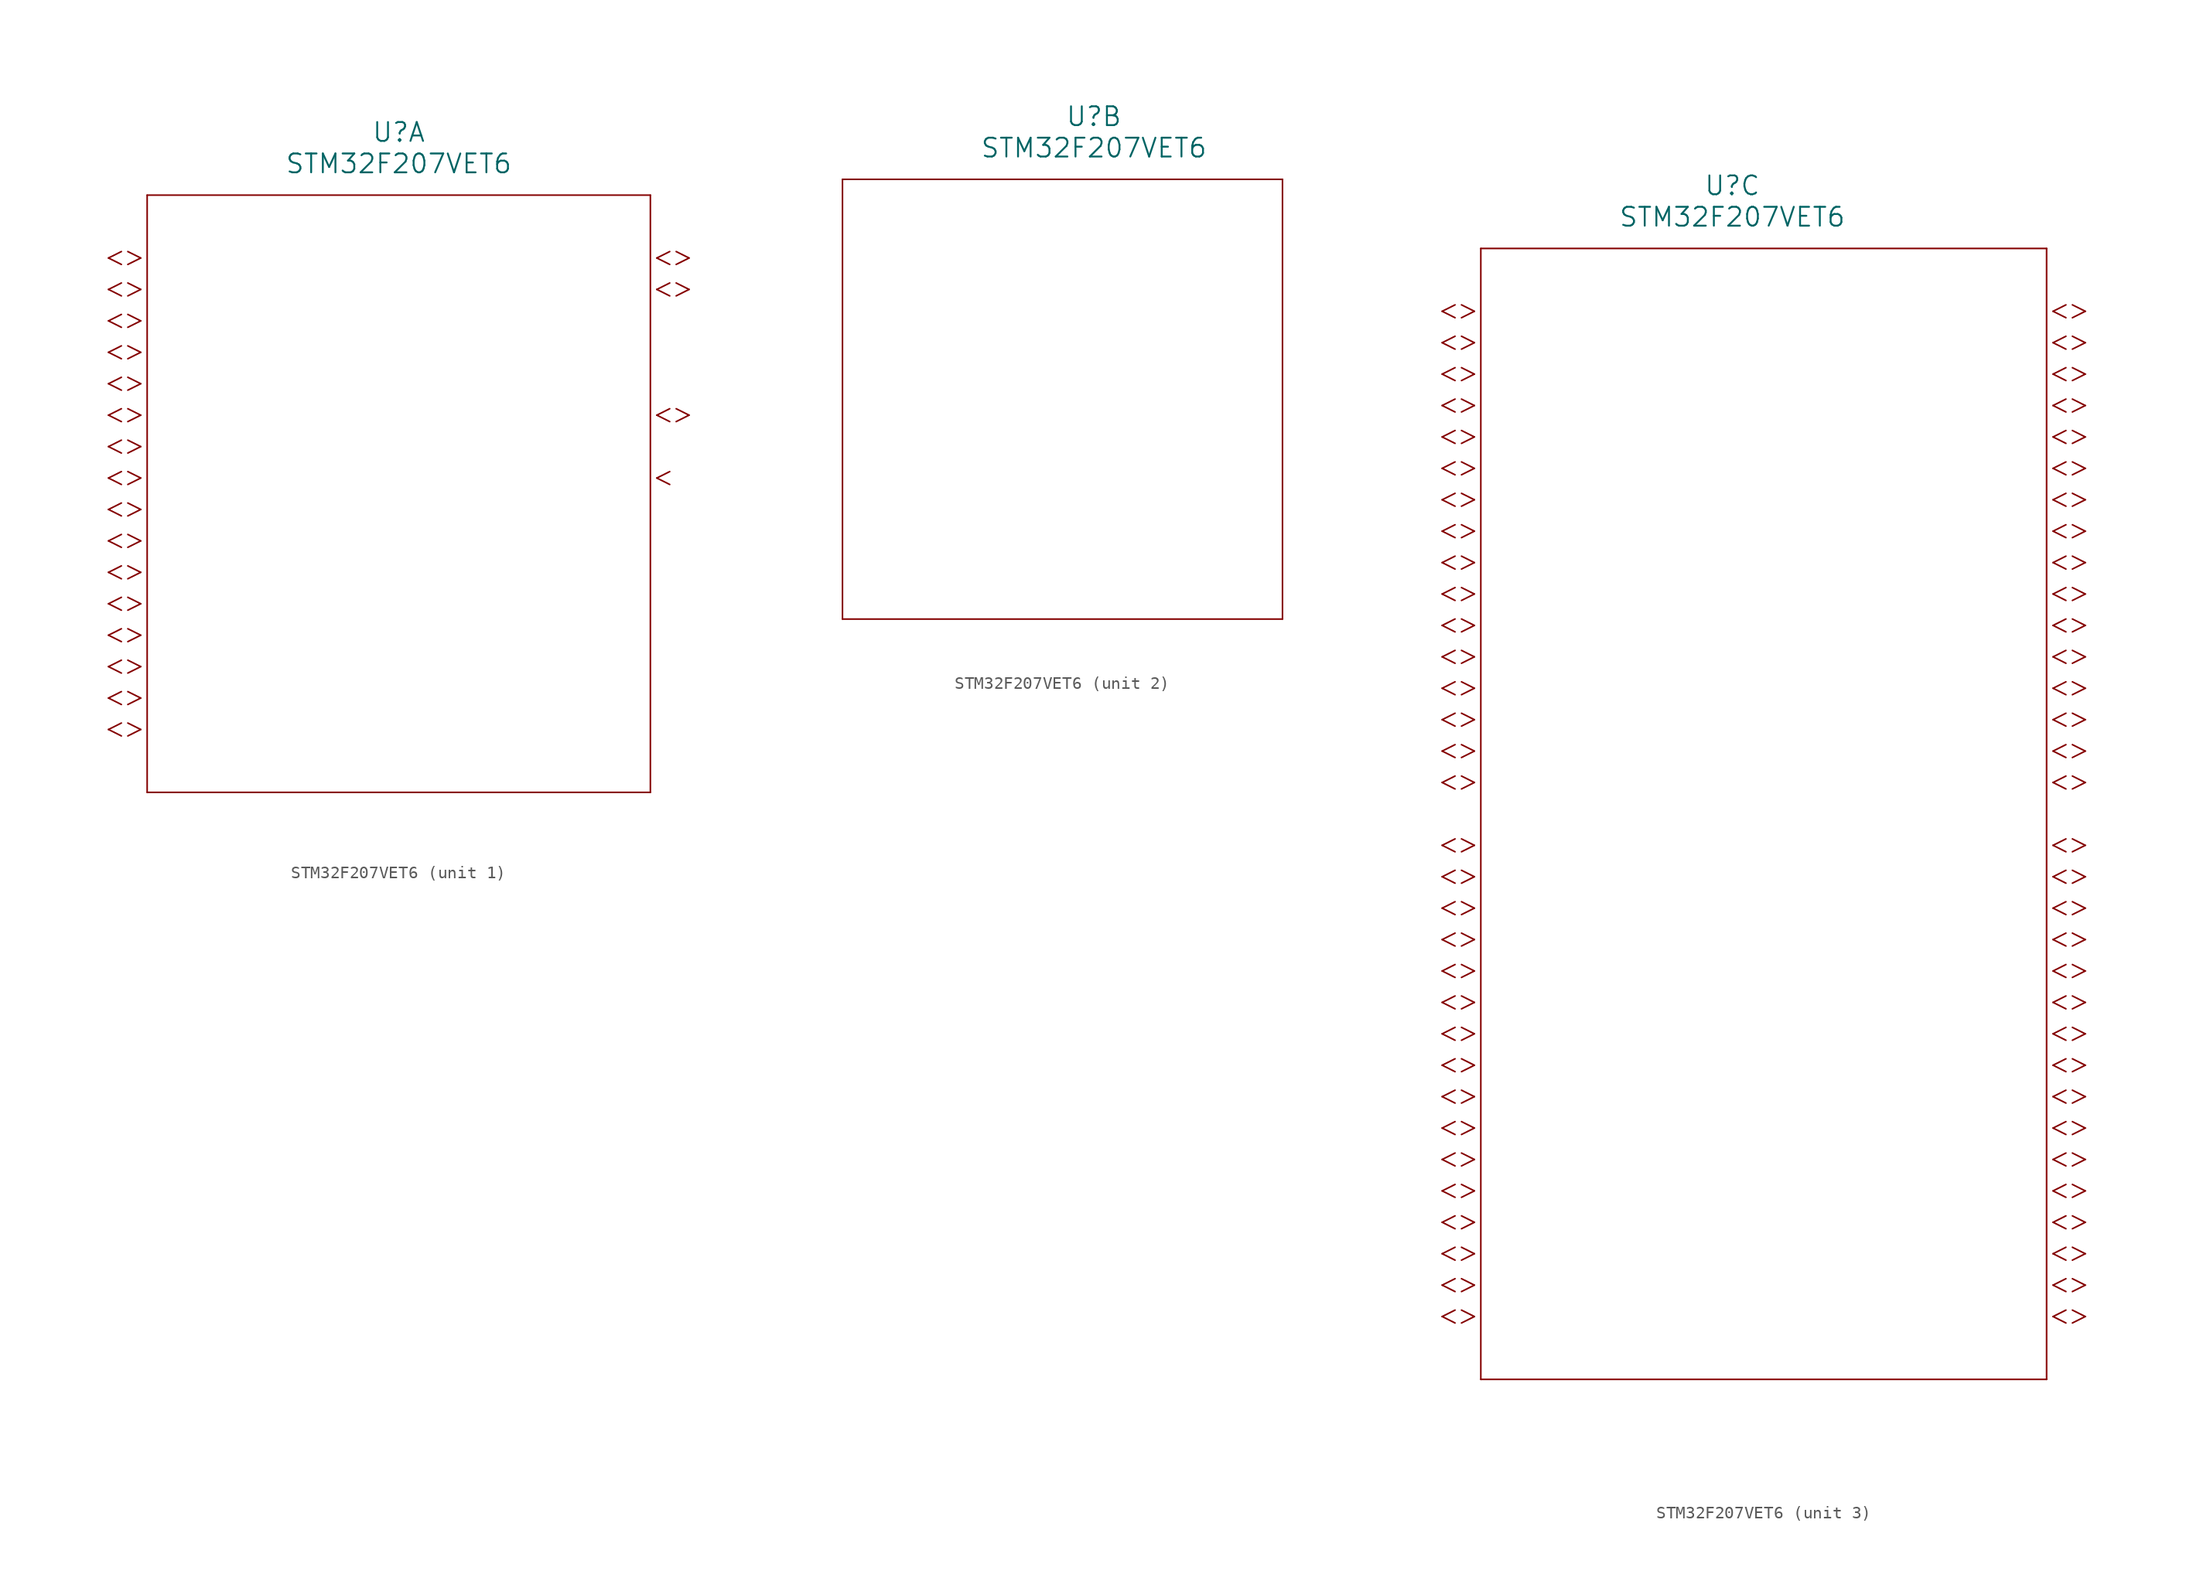
<source format=kicad_sym>
(kicad_symbol_lib
  (version 20211014)
  (generator kicad_symbol_editor)
  (symbol "STM32F207VET6"
    (pin_names
      (offset 0.254))
    (property "Reference" "U"
      (at 27.94 10.16 0)
      (effects (font (size 1.524 1.524))))
    (property "Value" "STM32F207VET6"
      (at 27.94 7.62 0)
      (effects (font (size 1.524 1.524))))
    (symbol "STM32F207VET6_1_1"
      (polyline (pts (xy 7.099 0) (xy 6.058 .5207)) (stroke (width .127) (type default) (color 0 0 0 0)) (fill (type none)))
      (polyline (pts (xy 7.099 0) (xy 6.058 -.5207)) (stroke (width .127) (type default) (color 0 0 0 0)) (fill (type none)))
      (polyline (pts (xy 5.537 .5207) (xy 4.496 0)) (stroke (width .127) (type default) (color 0 0 0 0)) (fill (type none)))
      (polyline (pts (xy 5.537 -.5207) (xy 4.496 0)) (stroke (width .127) (type default) (color 0 0 0 0)) (fill (type none)))
      (polyline (pts (xy 7.099 -2.54) (xy 6.058 -2.019)) (stroke (width .127) (type default) (color 0 0 0 0)) (fill (type none)))
      (polyline (pts (xy 7.099 -2.54) (xy 6.058 -3.061)) (stroke (width .127) (type default) (color 0 0 0 0)) (fill (type none)))
      (polyline (pts (xy 5.537 -2.019) (xy 4.496 -2.54)) (stroke (width .127) (type default) (color 0 0 0 0)) (fill (type none)))
      (polyline (pts (xy 5.537 -3.061) (xy 4.496 -2.54)) (stroke (width .127) (type default) (color 0 0 0 0)) (fill (type none)))
      (polyline (pts (xy 7.099 -5.08) (xy 6.058 -4.559)) (stroke (width .127) (type default) (color 0 0 0 0)) (fill (type none)))
      (polyline (pts (xy 7.099 -5.08) (xy 6.058 -5.601)) (stroke (width .127) (type default) (color 0 0 0 0)) (fill (type none)))
      (polyline (pts (xy 5.537 -4.559) (xy 4.496 -5.08)) (stroke (width .127) (type default) (color 0 0 0 0)) (fill (type none)))
      (polyline (pts (xy 5.537 -5.601) (xy 4.496 -5.08)) (stroke (width .127) (type default) (color 0 0 0 0)) (fill (type none)))
      (polyline (pts (xy 7.099 -7.62) (xy 6.058 -7.099)) (stroke (width .127) (type default) (color 0 0 0 0)) (fill (type none)))
      (polyline (pts (xy 7.099 -7.62) (xy 6.058 -8.141)) (stroke (width .127) (type default) (color 0 0 0 0)) (fill (type none)))
      (polyline (pts (xy 5.537 -7.099) (xy 4.496 -7.62)) (stroke (width .127) (type default) (color 0 0 0 0)) (fill (type none)))
      (polyline (pts (xy 5.537 -8.141) (xy 4.496 -7.62)) (stroke (width .127) (type default) (color 0 0 0 0)) (fill (type none)))
      (polyline (pts (xy 7.099 -10.16) (xy 6.058 -9.639)) (stroke (width .127) (type default) (color 0 0 0 0)) (fill (type none)))
      (polyline (pts (xy 7.099 -10.16) (xy 6.058 -10.681)) (stroke (width .127) (type default) (color 0 0 0 0)) (fill (type none)))
      (polyline (pts (xy 5.537 -9.639) (xy 4.496 -10.16)) (stroke (width .127) (type default) (color 0 0 0 0)) (fill (type none)))
      (polyline (pts (xy 5.537 -10.681) (xy 4.496 -10.16)) (stroke (width .127) (type default) (color 0 0 0 0)) (fill (type none)))
      (polyline (pts (xy 7.099 -12.7) (xy 6.058 -12.179)) (stroke (width .127) (type default) (color 0 0 0 0)) (fill (type none)))
      (polyline (pts (xy 7.099 -12.7) (xy 6.058 -13.221)) (stroke (width .127) (type default) (color 0 0 0 0)) (fill (type none)))
      (polyline (pts (xy 5.537 -12.179) (xy 4.496 -12.7)) (stroke (width .127) (type default) (color 0 0 0 0)) (fill (type none)))
      (polyline (pts (xy 5.537 -13.221) (xy 4.496 -12.7)) (stroke (width .127) (type default) (color 0 0 0 0)) (fill (type none)))
      (polyline (pts (xy 7.099 -15.24) (xy 6.058 -14.719)) (stroke (width .127) (type default) (color 0 0 0 0)) (fill (type none)))
      (polyline (pts (xy 7.099 -15.24) (xy 6.058 -15.761)) (stroke (width .127) (type default) (color 0 0 0 0)) (fill (type none)))
      (polyline (pts (xy 5.537 -14.719) (xy 4.496 -15.24)) (stroke (width .127) (type default) (color 0 0 0 0)) (fill (type none)))
      (polyline (pts (xy 5.537 -15.761) (xy 4.496 -15.24)) (stroke (width .127) (type default) (color 0 0 0 0)) (fill (type none)))
      (polyline (pts (xy 7.099 -17.78) (xy 6.058 -17.259)) (stroke (width .127) (type default) (color 0 0 0 0)) (fill (type none)))
      (polyline (pts (xy 7.099 -17.78) (xy 6.058 -18.301)) (stroke (width .127) (type default) (color 0 0 0 0)) (fill (type none)))
      (polyline (pts (xy 5.537 -17.259) (xy 4.496 -17.78)) (stroke (width .127) (type default) (color 0 0 0 0)) (fill (type none)))
      (polyline (pts (xy 5.537 -18.301) (xy 4.496 -17.78)) (stroke (width .127) (type default) (color 0 0 0 0)) (fill (type none)))
      (polyline (pts (xy 7.099 -20.32) (xy 6.058 -19.799)) (stroke (width .127) (type default) (color 0 0 0 0)) (fill (type none)))
      (polyline (pts (xy 7.099 -20.32) (xy 6.058 -20.841)) (stroke (width .127) (type default) (color 0 0 0 0)) (fill (type none)))
      (polyline (pts (xy 5.537 -19.799) (xy 4.496 -20.32)) (stroke (width .127) (type default) (color 0 0 0 0)) (fill (type none)))
      (polyline (pts (xy 5.537 -20.841) (xy 4.496 -20.32)) (stroke (width .127) (type default) (color 0 0 0 0)) (fill (type none)))
      (polyline (pts (xy 7.099 -22.86) (xy 6.058 -22.339)) (stroke (width .127) (type default) (color 0 0 0 0)) (fill (type none)))
      (polyline (pts (xy 7.099 -22.86) (xy 6.058 -23.381)) (stroke (width .127) (type default) (color 0 0 0 0)) (fill (type none)))
      (polyline (pts (xy 5.537 -22.339) (xy 4.496 -22.86)) (stroke (width .127) (type default) (color 0 0 0 0)) (fill (type none)))
      (polyline (pts (xy 5.537 -23.381) (xy 4.496 -22.86)) (stroke (width .127) (type default) (color 0 0 0 0)) (fill (type none)))
      (polyline (pts (xy 7.099 -25.4) (xy 6.058 -24.879)) (stroke (width .127) (type default) (color 0 0 0 0)) (fill (type none)))
      (polyline (pts (xy 7.099 -25.4) (xy 6.058 -25.921)) (stroke (width .127) (type default) (color 0 0 0 0)) (fill (type none)))
      (polyline (pts (xy 5.537 -24.879) (xy 4.496 -25.4)) (stroke (width .127) (type default) (color 0 0 0 0)) (fill (type none)))
      (polyline (pts (xy 5.537 -25.921) (xy 4.496 -25.4)) (stroke (width .127) (type default) (color 0 0 0 0)) (fill (type none)))
      (polyline (pts (xy 7.099 -27.94) (xy 6.058 -27.419)) (stroke (width .127) (type default) (color 0 0 0 0)) (fill (type none)))
      (polyline (pts (xy 7.099 -27.94) (xy 6.058 -28.461)) (stroke (width .127) (type default) (color 0 0 0 0)) (fill (type none)))
      (polyline (pts (xy 5.537 -27.419) (xy 4.496 -27.94)) (stroke (width .127) (type default) (color 0 0 0 0)) (fill (type none)))
      (polyline (pts (xy 5.537 -28.461) (xy 4.496 -27.94)) (stroke (width .127) (type default) (color 0 0 0 0)) (fill (type none)))
      (polyline (pts (xy 7.099 -30.48) (xy 6.058 -29.959)) (stroke (width .127) (type default) (color 0 0 0 0)) (fill (type none)))
      (polyline (pts (xy 7.099 -30.48) (xy 6.058 -31.001)) (stroke (width .127) (type default) (color 0 0 0 0)) (fill (type none)))
      (polyline (pts (xy 5.537 -29.959) (xy 4.496 -30.48)) (stroke (width .127) (type default) (color 0 0 0 0)) (fill (type none)))
      (polyline (pts (xy 5.537 -31.001) (xy 4.496 -30.48)) (stroke (width .127) (type default) (color 0 0 0 0)) (fill (type none)))
      (polyline (pts (xy 7.099 -33.02) (xy 6.058 -32.499)) (stroke (width .127) (type default) (color 0 0 0 0)) (fill (type none)))
      (polyline (pts (xy 7.099 -33.02) (xy 6.058 -33.541)) (stroke (width .127) (type default) (color 0 0 0 0)) (fill (type none)))
      (polyline (pts (xy 5.537 -32.499) (xy 4.496 -33.02)) (stroke (width .127) (type default) (color 0 0 0 0)) (fill (type none)))
      (polyline (pts (xy 5.537 -33.541) (xy 4.496 -33.02)) (stroke (width .127) (type default) (color 0 0 0 0)) (fill (type none)))
      (polyline (pts (xy 7.099 -35.56) (xy 6.058 -35.039)) (stroke (width .127) (type default) (color 0 0 0 0)) (fill (type none)))
      (polyline (pts (xy 7.099 -35.56) (xy 6.058 -36.081)) (stroke (width .127) (type default) (color 0 0 0 0)) (fill (type none)))
      (polyline (pts (xy 5.537 -35.039) (xy 4.496 -35.56)) (stroke (width .127) (type default) (color 0 0 0 0)) (fill (type none)))
      (polyline (pts (xy 5.537 -36.081) (xy 4.496 -35.56)) (stroke (width .127) (type default) (color 0 0 0 0)) (fill (type none)))
      (polyline (pts (xy 7.099 -38.1) (xy 6.058 -37.579)) (stroke (width .127) (type default) (color 0 0 0 0)) (fill (type none)))
      (polyline (pts (xy 7.099 -38.1) (xy 6.058 -38.621)) (stroke (width .127) (type default) (color 0 0 0 0)) (fill (type none)))
      (polyline (pts (xy 5.537 -37.579) (xy 4.496 -38.1)) (stroke (width .127) (type default) (color 0 0 0 0)) (fill (type none)))
      (polyline (pts (xy 5.537 -38.621) (xy 4.496 -38.1)) (stroke (width .127) (type default) (color 0 0 0 0)) (fill (type none)))
      (polyline (pts (xy 48.781 0) (xy 49.822 .5207)) (stroke (width .127) (type default) (color 0 0 0 0)) (fill (type none)))
      (polyline (pts (xy 48.781 0) (xy 49.822 -.5207)) (stroke (width .127) (type default) (color 0 0 0 0)) (fill (type none)))
      (polyline (pts (xy 50.343 .5207) (xy 51.384 0)) (stroke (width .127) (type default) (color 0 0 0 0)) (fill (type none)))
      (polyline (pts (xy 50.343 -.5207) (xy 51.384 0)) (stroke (width .127) (type default) (color 0 0 0 0)) (fill (type none)))
      (polyline (pts (xy 48.781 -2.54) (xy 49.822 -2.019)) (stroke (width .127) (type default) (color 0 0 0 0)) (fill (type none)))
      (polyline (pts (xy 48.781 -2.54) (xy 49.822 -3.061)) (stroke (width .127) (type default) (color 0 0 0 0)) (fill (type none)))
      (polyline (pts (xy 50.343 -2.019) (xy 51.384 -2.54)) (stroke (width .127) (type default) (color 0 0 0 0)) (fill (type none)))
      (polyline (pts (xy 50.343 -3.061) (xy 51.384 -2.54)) (stroke (width .127) (type default) (color 0 0 0 0)) (fill (type none)))
      (polyline (pts (xy 48.781 -12.7) (xy 49.822 -12.179)) (stroke (width .127) (type default) (color 0 0 0 0)) (fill (type none)))
      (polyline (pts (xy 48.781 -12.7) (xy 49.822 -13.221)) (stroke (width .127) (type default) (color 0 0 0 0)) (fill (type none)))
      (polyline (pts (xy 50.343 -12.179) (xy 51.384 -12.7)) (stroke (width .127) (type default) (color 0 0 0 0)) (fill (type none)))
      (polyline (pts (xy 50.343 -13.221) (xy 51.384 -12.7)) (stroke (width .127) (type default) (color 0 0 0 0)) (fill (type none)))
      (polyline (pts (xy 48.781 -17.78) (xy 49.822 -17.259)) (stroke (width .127) (type default) (color 0 0 0 0)) (fill (type none)))
      (polyline (pts (xy 48.781 -17.78) (xy 49.822 -18.301)) (stroke (width .127) (type default) (color 0 0 0 0)) (fill (type none)))
      (polyline (pts (xy 7.62 5.08) (xy 7.62 -43.18)) (stroke (width .127) (type default) (color 0 0 0 0)) (fill (type none)))
      (polyline (pts (xy 7.62 -43.18) (xy 48.26 -43.18)) (stroke (width .127) (type default) (color 0 0 0 0)) (fill (type none)))
      (polyline (pts (xy 48.26 -43.18) (xy 48.26 5.08)) (stroke (width .127) (type default) (color 0 0 0 0)) (fill (type none)))
      (polyline (pts (xy 48.26 5.08) (xy 7.62 5.08)) (stroke (width .127) (type default) (color 0 0 0 0)) (fill (type none))))
    (symbol "STM32F207VET6_2_1"
      (polyline (pts (xy 7.62 5.08) (xy 7.62 -30.48)) (stroke (width .127) (type default) (color 0 0 0 0)) (fill (type none)))
      (polyline (pts (xy 7.62 -30.48) (xy 43.18 -30.48)) (stroke (width .127) (type default) (color 0 0 0 0)) (fill (type none)))
      (polyline (pts (xy 43.18 -30.48) (xy 43.18 5.08)) (stroke (width .127) (type default) (color 0 0 0 0)) (fill (type none)))
      (polyline (pts (xy 43.18 5.08) (xy 7.62 5.08)) (stroke (width .127) (type default) (color 0 0 0 0)) (fill (type none))))
    (symbol "STM32F207VET6_3_1"
      (polyline (pts (xy 7.099 0) (xy 6.058 .5207)) (stroke (width .127) (type default) (color 0 0 0 0)) (fill (type none)))
      (polyline (pts (xy 7.099 0) (xy 6.058 -.5207)) (stroke (width .127) (type default) (color 0 0 0 0)) (fill (type none)))
      (polyline (pts (xy 5.537 .5207) (xy 4.496 0)) (stroke (width .127) (type default) (color 0 0 0 0)) (fill (type none)))
      (polyline (pts (xy 5.537 -.5207) (xy 4.496 0)) (stroke (width .127) (type default) (color 0 0 0 0)) (fill (type none)))
      (polyline (pts (xy 7.099 -2.54) (xy 6.058 -2.019)) (stroke (width .127) (type default) (color 0 0 0 0)) (fill (type none)))
      (polyline (pts (xy 7.099 -2.54) (xy 6.058 -3.061)) (stroke (width .127) (type default) (color 0 0 0 0)) (fill (type none)))
      (polyline (pts (xy 5.537 -2.019) (xy 4.496 -2.54)) (stroke (width .127) (type default) (color 0 0 0 0)) (fill (type none)))
      (polyline (pts (xy 5.537 -3.061) (xy 4.496 -2.54)) (stroke (width .127) (type default) (color 0 0 0 0)) (fill (type none)))
      (polyline (pts (xy 7.099 -5.08) (xy 6.058 -4.559)) (stroke (width .127) (type default) (color 0 0 0 0)) (fill (type none)))
      (polyline (pts (xy 7.099 -5.08) (xy 6.058 -5.601)) (stroke (width .127) (type default) (color 0 0 0 0)) (fill (type none)))
      (polyline (pts (xy 5.537 -4.559) (xy 4.496 -5.08)) (stroke (width .127) (type default) (color 0 0 0 0)) (fill (type none)))
      (polyline (pts (xy 5.537 -5.601) (xy 4.496 -5.08)) (stroke (width .127) (type default) (color 0 0 0 0)) (fill (type none)))
      (polyline (pts (xy 7.099 -7.62) (xy 6.058 -7.099)) (stroke (width .127) (type default) (color 0 0 0 0)) (fill (type none)))
      (polyline (pts (xy 7.099 -7.62) (xy 6.058 -8.141)) (stroke (width .127) (type default) (color 0 0 0 0)) (fill (type none)))
      (polyline (pts (xy 5.537 -7.099) (xy 4.496 -7.62)) (stroke (width .127) (type default) (color 0 0 0 0)) (fill (type none)))
      (polyline (pts (xy 5.537 -8.141) (xy 4.496 -7.62)) (stroke (width .127) (type default) (color 0 0 0 0)) (fill (type none)))
      (polyline (pts (xy 7.099 -10.16) (xy 6.058 -9.639)) (stroke (width .127) (type default) (color 0 0 0 0)) (fill (type none)))
      (polyline (pts (xy 7.099 -10.16) (xy 6.058 -10.681)) (stroke (width .127) (type default) (color 0 0 0 0)) (fill (type none)))
      (polyline (pts (xy 5.537 -9.639) (xy 4.496 -10.16)) (stroke (width .127) (type default) (color 0 0 0 0)) (fill (type none)))
      (polyline (pts (xy 5.537 -10.681) (xy 4.496 -10.16)) (stroke (width .127) (type default) (color 0 0 0 0)) (fill (type none)))
      (polyline (pts (xy 7.099 -12.7) (xy 6.058 -12.179)) (stroke (width .127) (type default) (color 0 0 0 0)) (fill (type none)))
      (polyline (pts (xy 7.099 -12.7) (xy 6.058 -13.221)) (stroke (width .127) (type default) (color 0 0 0 0)) (fill (type none)))
      (polyline (pts (xy 5.537 -12.179) (xy 4.496 -12.7)) (stroke (width .127) (type default) (color 0 0 0 0)) (fill (type none)))
      (polyline (pts (xy 5.537 -13.221) (xy 4.496 -12.7)) (stroke (width .127) (type default) (color 0 0 0 0)) (fill (type none)))
      (polyline (pts (xy 7.099 -15.24) (xy 6.058 -14.719)) (stroke (width .127) (type default) (color 0 0 0 0)) (fill (type none)))
      (polyline (pts (xy 7.099 -15.24) (xy 6.058 -15.761)) (stroke (width .127) (type default) (color 0 0 0 0)) (fill (type none)))
      (polyline (pts (xy 5.537 -14.719) (xy 4.496 -15.24)) (stroke (width .127) (type default) (color 0 0 0 0)) (fill (type none)))
      (polyline (pts (xy 5.537 -15.761) (xy 4.496 -15.24)) (stroke (width .127) (type default) (color 0 0 0 0)) (fill (type none)))
      (polyline (pts (xy 7.099 -17.78) (xy 6.058 -17.259)) (stroke (width .127) (type default) (color 0 0 0 0)) (fill (type none)))
      (polyline (pts (xy 7.099 -17.78) (xy 6.058 -18.301)) (stroke (width .127) (type default) (color 0 0 0 0)) (fill (type none)))
      (polyline (pts (xy 5.537 -17.259) (xy 4.496 -17.78)) (stroke (width .127) (type default) (color 0 0 0 0)) (fill (type none)))
      (polyline (pts (xy 5.537 -18.301) (xy 4.496 -17.78)) (stroke (width .127) (type default) (color 0 0 0 0)) (fill (type none)))
      (polyline (pts (xy 7.099 -20.32) (xy 6.058 -19.799)) (stroke (width .127) (type default) (color 0 0 0 0)) (fill (type none)))
      (polyline (pts (xy 7.099 -20.32) (xy 6.058 -20.841)) (stroke (width .127) (type default) (color 0 0 0 0)) (fill (type none)))
      (polyline (pts (xy 5.537 -19.799) (xy 4.496 -20.32)) (stroke (width .127) (type default) (color 0 0 0 0)) (fill (type none)))
      (polyline (pts (xy 5.537 -20.841) (xy 4.496 -20.32)) (stroke (width .127) (type default) (color 0 0 0 0)) (fill (type none)))
      (polyline (pts (xy 7.099 -22.86) (xy 6.058 -22.339)) (stroke (width .127) (type default) (color 0 0 0 0)) (fill (type none)))
      (polyline (pts (xy 7.099 -22.86) (xy 6.058 -23.381)) (stroke (width .127) (type default) (color 0 0 0 0)) (fill (type none)))
      (polyline (pts (xy 5.537 -22.339) (xy 4.496 -22.86)) (stroke (width .127) (type default) (color 0 0 0 0)) (fill (type none)))
      (polyline (pts (xy 5.537 -23.381) (xy 4.496 -22.86)) (stroke (width .127) (type default) (color 0 0 0 0)) (fill (type none)))
      (polyline (pts (xy 7.099 -25.4) (xy 6.058 -24.879)) (stroke (width .127) (type default) (color 0 0 0 0)) (fill (type none)))
      (polyline (pts (xy 7.099 -25.4) (xy 6.058 -25.921)) (stroke (width .127) (type default) (color 0 0 0 0)) (fill (type none)))
      (polyline (pts (xy 5.537 -24.879) (xy 4.496 -25.4)) (stroke (width .127) (type default) (color 0 0 0 0)) (fill (type none)))
      (polyline (pts (xy 5.537 -25.921) (xy 4.496 -25.4)) (stroke (width .127) (type default) (color 0 0 0 0)) (fill (type none)))
      (polyline (pts (xy 7.099 -27.94) (xy 6.058 -27.419)) (stroke (width .127) (type default) (color 0 0 0 0)) (fill (type none)))
      (polyline (pts (xy 7.099 -27.94) (xy 6.058 -28.461)) (stroke (width .127) (type default) (color 0 0 0 0)) (fill (type none)))
      (polyline (pts (xy 5.537 -27.419) (xy 4.496 -27.94)) (stroke (width .127) (type default) (color 0 0 0 0)) (fill (type none)))
      (polyline (pts (xy 5.537 -28.461) (xy 4.496 -27.94)) (stroke (width .127) (type default) (color 0 0 0 0)) (fill (type none)))
      (polyline (pts (xy 7.099 -30.48) (xy 6.058 -29.959)) (stroke (width .127) (type default) (color 0 0 0 0)) (fill (type none)))
      (polyline (pts (xy 7.099 -30.48) (xy 6.058 -31.001)) (stroke (width .127) (type default) (color 0 0 0 0)) (fill (type none)))
      (polyline (pts (xy 5.537 -29.959) (xy 4.496 -30.48)) (stroke (width .127) (type default) (color 0 0 0 0)) (fill (type none)))
      (polyline (pts (xy 5.537 -31.001) (xy 4.496 -30.48)) (stroke (width .127) (type default) (color 0 0 0 0)) (fill (type none)))
      (polyline (pts (xy 7.099 -33.02) (xy 6.058 -32.499)) (stroke (width .127) (type default) (color 0 0 0 0)) (fill (type none)))
      (polyline (pts (xy 7.099 -33.02) (xy 6.058 -33.541)) (stroke (width .127) (type default) (color 0 0 0 0)) (fill (type none)))
      (polyline (pts (xy 5.537 -32.499) (xy 4.496 -33.02)) (stroke (width .127) (type default) (color 0 0 0 0)) (fill (type none)))
      (polyline (pts (xy 5.537 -33.541) (xy 4.496 -33.02)) (stroke (width .127) (type default) (color 0 0 0 0)) (fill (type none)))
      (polyline (pts (xy 7.099 -35.56) (xy 6.058 -35.039)) (stroke (width .127) (type default) (color 0 0 0 0)) (fill (type none)))
      (polyline (pts (xy 7.099 -35.56) (xy 6.058 -36.081)) (stroke (width .127) (type default) (color 0 0 0 0)) (fill (type none)))
      (polyline (pts (xy 5.537 -35.039) (xy 4.496 -35.56)) (stroke (width .127) (type default) (color 0 0 0 0)) (fill (type none)))
      (polyline (pts (xy 5.537 -36.081) (xy 4.496 -35.56)) (stroke (width .127) (type default) (color 0 0 0 0)) (fill (type none)))
      (polyline (pts (xy 7.099 -38.1) (xy 6.058 -37.579)) (stroke (width .127) (type default) (color 0 0 0 0)) (fill (type none)))
      (polyline (pts (xy 7.099 -38.1) (xy 6.058 -38.621)) (stroke (width .127) (type default) (color 0 0 0 0)) (fill (type none)))
      (polyline (pts (xy 5.537 -37.579) (xy 4.496 -38.1)) (stroke (width .127) (type default) (color 0 0 0 0)) (fill (type none)))
      (polyline (pts (xy 5.537 -38.621) (xy 4.496 -38.1)) (stroke (width .127) (type default) (color 0 0 0 0)) (fill (type none)))
      (polyline (pts (xy 7.099 -43.18) (xy 6.058 -42.659)) (stroke (width .127) (type default) (color 0 0 0 0)) (fill (type none)))
      (polyline (pts (xy 7.099 -43.18) (xy 6.058 -43.701)) (stroke (width .127) (type default) (color 0 0 0 0)) (fill (type none)))
      (polyline (pts (xy 5.537 -42.659) (xy 4.496 -43.18)) (stroke (width .127) (type default) (color 0 0 0 0)) (fill (type none)))
      (polyline (pts (xy 5.537 -43.701) (xy 4.496 -43.18)) (stroke (width .127) (type default) (color 0 0 0 0)) (fill (type none)))
      (polyline (pts (xy 7.099 -45.72) (xy 6.058 -45.199)) (stroke (width .127) (type default) (color 0 0 0 0)) (fill (type none)))
      (polyline (pts (xy 7.099 -45.72) (xy 6.058 -46.241)) (stroke (width .127) (type default) (color 0 0 0 0)) (fill (type none)))
      (polyline (pts (xy 5.537 -45.199) (xy 4.496 -45.72)) (stroke (width .127) (type default) (color 0 0 0 0)) (fill (type none)))
      (polyline (pts (xy 5.537 -46.241) (xy 4.496 -45.72)) (stroke (width .127) (type default) (color 0 0 0 0)) (fill (type none)))
      (polyline (pts (xy 7.099 -48.26) (xy 6.058 -47.739)) (stroke (width .127) (type default) (color 0 0 0 0)) (fill (type none)))
      (polyline (pts (xy 7.099 -48.26) (xy 6.058 -48.781)) (stroke (width .127) (type default) (color 0 0 0 0)) (fill (type none)))
      (polyline (pts (xy 5.537 -47.739) (xy 4.496 -48.26)) (stroke (width .127) (type default) (color 0 0 0 0)) (fill (type none)))
      (polyline (pts (xy 5.537 -48.781) (xy 4.496 -48.26)) (stroke (width .127) (type default) (color 0 0 0 0)) (fill (type none)))
      (polyline (pts (xy 7.099 -50.8) (xy 6.058 -50.279)) (stroke (width .127) (type default) (color 0 0 0 0)) (fill (type none)))
      (polyline (pts (xy 7.099 -50.8) (xy 6.058 -51.321)) (stroke (width .127) (type default) (color 0 0 0 0)) (fill (type none)))
      (polyline (pts (xy 5.537 -50.279) (xy 4.496 -50.8)) (stroke (width .127) (type default) (color 0 0 0 0)) (fill (type none)))
      (polyline (pts (xy 5.537 -51.321) (xy 4.496 -50.8)) (stroke (width .127) (type default) (color 0 0 0 0)) (fill (type none)))
      (polyline (pts (xy 7.099 -53.34) (xy 6.058 -52.819)) (stroke (width .127) (type default) (color 0 0 0 0)) (fill (type none)))
      (polyline (pts (xy 7.099 -53.34) (xy 6.058 -53.861)) (stroke (width .127) (type default) (color 0 0 0 0)) (fill (type none)))
      (polyline (pts (xy 5.537 -52.819) (xy 4.496 -53.34)) (stroke (width .127) (type default) (color 0 0 0 0)) (fill (type none)))
      (polyline (pts (xy 5.537 -53.861) (xy 4.496 -53.34)) (stroke (width .127) (type default) (color 0 0 0 0)) (fill (type none)))
      (polyline (pts (xy 7.099 -55.88) (xy 6.058 -55.359)) (stroke (width .127) (type default) (color 0 0 0 0)) (fill (type none)))
      (polyline (pts (xy 7.099 -55.88) (xy 6.058 -56.401)) (stroke (width .127) (type default) (color 0 0 0 0)) (fill (type none)))
      (polyline (pts (xy 5.537 -55.359) (xy 4.496 -55.88)) (stroke (width .127) (type default) (color 0 0 0 0)) (fill (type none)))
      (polyline (pts (xy 5.537 -56.401) (xy 4.496 -55.88)) (stroke (width .127) (type default) (color 0 0 0 0)) (fill (type none)))
      (polyline (pts (xy 7.099 -58.42) (xy 6.058 -57.899)) (stroke (width .127) (type default) (color 0 0 0 0)) (fill (type none)))
      (polyline (pts (xy 7.099 -58.42) (xy 6.058 -58.941)) (stroke (width .127) (type default) (color 0 0 0 0)) (fill (type none)))
      (polyline (pts (xy 5.537 -57.899) (xy 4.496 -58.42)) (stroke (width .127) (type default) (color 0 0 0 0)) (fill (type none)))
      (polyline (pts (xy 5.537 -58.941) (xy 4.496 -58.42)) (stroke (width .127) (type default) (color 0 0 0 0)) (fill (type none)))
      (polyline (pts (xy 7.099 -60.96) (xy 6.058 -60.439)) (stroke (width .127) (type default) (color 0 0 0 0)) (fill (type none)))
      (polyline (pts (xy 7.099 -60.96) (xy 6.058 -61.481)) (stroke (width .127) (type default) (color 0 0 0 0)) (fill (type none)))
      (polyline (pts (xy 5.537 -60.439) (xy 4.496 -60.96)) (stroke (width .127) (type default) (color 0 0 0 0)) (fill (type none)))
      (polyline (pts (xy 5.537 -61.481) (xy 4.496 -60.96)) (stroke (width .127) (type default) (color 0 0 0 0)) (fill (type none)))
      (polyline (pts (xy 7.099 -63.5) (xy 6.058 -62.979)) (stroke (width .127) (type default) (color 0 0 0 0)) (fill (type none)))
      (polyline (pts (xy 7.099 -63.5) (xy 6.058 -64.021)) (stroke (width .127) (type default) (color 0 0 0 0)) (fill (type none)))
      (polyline (pts (xy 5.537 -62.979) (xy 4.496 -63.5)) (stroke (width .127) (type default) (color 0 0 0 0)) (fill (type none)))
      (polyline (pts (xy 5.537 -64.021) (xy 4.496 -63.5)) (stroke (width .127) (type default) (color 0 0 0 0)) (fill (type none)))
      (polyline (pts (xy 7.099 -66.04) (xy 6.058 -65.519)) (stroke (width .127) (type default) (color 0 0 0 0)) (fill (type none)))
      (polyline (pts (xy 7.099 -66.04) (xy 6.058 -66.561)) (stroke (width .127) (type default) (color 0 0 0 0)) (fill (type none)))
      (polyline (pts (xy 5.537 -65.519) (xy 4.496 -66.04)) (stroke (width .127) (type default) (color 0 0 0 0)) (fill (type none)))
      (polyline (pts (xy 5.537 -66.561) (xy 4.496 -66.04)) (stroke (width .127) (type default) (color 0 0 0 0)) (fill (type none)))
      (polyline (pts (xy 7.099 -68.58) (xy 6.058 -68.059)) (stroke (width .127) (type default) (color 0 0 0 0)) (fill (type none)))
      (polyline (pts (xy 7.099 -68.58) (xy 6.058 -69.101)) (stroke (width .127) (type default) (color 0 0 0 0)) (fill (type none)))
      (polyline (pts (xy 5.537 -68.059) (xy 4.496 -68.58)) (stroke (width .127) (type default) (color 0 0 0 0)) (fill (type none)))
      (polyline (pts (xy 5.537 -69.101) (xy 4.496 -68.58)) (stroke (width .127) (type default) (color 0 0 0 0)) (fill (type none)))
      (polyline (pts (xy 7.099 -71.12) (xy 6.058 -70.599)) (stroke (width .127) (type default) (color 0 0 0 0)) (fill (type none)))
      (polyline (pts (xy 7.099 -71.12) (xy 6.058 -71.641)) (stroke (width .127) (type default) (color 0 0 0 0)) (fill (type none)))
      (polyline (pts (xy 5.537 -70.599) (xy 4.496 -71.12)) (stroke (width .127) (type default) (color 0 0 0 0)) (fill (type none)))
      (polyline (pts (xy 5.537 -71.641) (xy 4.496 -71.12)) (stroke (width .127) (type default) (color 0 0 0 0)) (fill (type none)))
      (polyline (pts (xy 7.099 -73.66) (xy 6.058 -73.139)) (stroke (width .127) (type default) (color 0 0 0 0)) (fill (type none)))
      (polyline (pts (xy 7.099 -73.66) (xy 6.058 -74.181)) (stroke (width .127) (type default) (color 0 0 0 0)) (fill (type none)))
      (polyline (pts (xy 5.537 -73.139) (xy 4.496 -73.66)) (stroke (width .127) (type default) (color 0 0 0 0)) (fill (type none)))
      (polyline (pts (xy 5.537 -74.181) (xy 4.496 -73.66)) (stroke (width .127) (type default) (color 0 0 0 0)) (fill (type none)))
      (polyline (pts (xy 7.099 -76.2) (xy 6.058 -75.679)) (stroke (width .127) (type default) (color 0 0 0 0)) (fill (type none)))
      (polyline (pts (xy 7.099 -76.2) (xy 6.058 -76.721)) (stroke (width .127) (type default) (color 0 0 0 0)) (fill (type none)))
      (polyline (pts (xy 5.537 -75.679) (xy 4.496 -76.2)) (stroke (width .127) (type default) (color 0 0 0 0)) (fill (type none)))
      (polyline (pts (xy 5.537 -76.721) (xy 4.496 -76.2)) (stroke (width .127) (type default) (color 0 0 0 0)) (fill (type none)))
      (polyline (pts (xy 7.099 -78.74) (xy 6.058 -78.219)) (stroke (width .127) (type default) (color 0 0 0 0)) (fill (type none)))
      (polyline (pts (xy 7.099 -78.74) (xy 6.058 -79.261)) (stroke (width .127) (type default) (color 0 0 0 0)) (fill (type none)))
      (polyline (pts (xy 5.537 -78.219) (xy 4.496 -78.74)) (stroke (width .127) (type default) (color 0 0 0 0)) (fill (type none)))
      (polyline (pts (xy 5.537 -79.261) (xy 4.496 -78.74)) (stroke (width .127) (type default) (color 0 0 0 0)) (fill (type none)))
      (polyline (pts (xy 7.099 -81.28) (xy 6.058 -80.759)) (stroke (width .127) (type default) (color 0 0 0 0)) (fill (type none)))
      (polyline (pts (xy 7.099 -81.28) (xy 6.058 -81.801)) (stroke (width .127) (type default) (color 0 0 0 0)) (fill (type none)))
      (polyline (pts (xy 5.537 -80.759) (xy 4.496 -81.28)) (stroke (width .127) (type default) (color 0 0 0 0)) (fill (type none)))
      (polyline (pts (xy 5.537 -81.801) (xy 4.496 -81.28)) (stroke (width .127) (type default) (color 0 0 0 0)) (fill (type none)))
      (polyline (pts (xy 53.861 0) (xy 54.902 .5207)) (stroke (width .127) (type default) (color 0 0 0 0)) (fill (type none)))
      (polyline (pts (xy 53.861 0) (xy 54.902 -.5207)) (stroke (width .127) (type default) (color 0 0 0 0)) (fill (type none)))
      (polyline (pts (xy 55.423 .5207) (xy 56.464 0)) (stroke (width .127) (type default) (color 0 0 0 0)) (fill (type none)))
      (polyline (pts (xy 55.423 -.5207) (xy 56.464 0)) (stroke (width .127) (type default) (color 0 0 0 0)) (fill (type none)))
      (polyline (pts (xy 53.861 -2.54) (xy 54.902 -2.019)) (stroke (width .127) (type default) (color 0 0 0 0)) (fill (type none)))
      (polyline (pts (xy 53.861 -2.54) (xy 54.902 -3.061)) (stroke (width .127) (type default) (color 0 0 0 0)) (fill (type none)))
      (polyline (pts (xy 55.423 -2.019) (xy 56.464 -2.54)) (stroke (width .127) (type default) (color 0 0 0 0)) (fill (type none)))
      (polyline (pts (xy 55.423 -3.061) (xy 56.464 -2.54)) (stroke (width .127) (type default) (color 0 0 0 0)) (fill (type none)))
      (polyline (pts (xy 53.861 -5.08) (xy 54.902 -4.559)) (stroke (width .127) (type default) (color 0 0 0 0)) (fill (type none)))
      (polyline (pts (xy 53.861 -5.08) (xy 54.902 -5.601)) (stroke (width .127) (type default) (color 0 0 0 0)) (fill (type none)))
      (polyline (pts (xy 55.423 -4.559) (xy 56.464 -5.08)) (stroke (width .127) (type default) (color 0 0 0 0)) (fill (type none)))
      (polyline (pts (xy 55.423 -5.601) (xy 56.464 -5.08)) (stroke (width .127) (type default) (color 0 0 0 0)) (fill (type none)))
      (polyline (pts (xy 53.861 -7.62) (xy 54.902 -7.099)) (stroke (width .127) (type default) (color 0 0 0 0)) (fill (type none)))
      (polyline (pts (xy 53.861 -7.62) (xy 54.902 -8.141)) (stroke (width .127) (type default) (color 0 0 0 0)) (fill (type none)))
      (polyline (pts (xy 55.423 -7.099) (xy 56.464 -7.62)) (stroke (width .127) (type default) (color 0 0 0 0)) (fill (type none)))
      (polyline (pts (xy 55.423 -8.141) (xy 56.464 -7.62)) (stroke (width .127) (type default) (color 0 0 0 0)) (fill (type none)))
      (polyline (pts (xy 53.861 -10.16) (xy 54.902 -9.639)) (stroke (width .127) (type default) (color 0 0 0 0)) (fill (type none)))
      (polyline (pts (xy 53.861 -10.16) (xy 54.902 -10.681)) (stroke (width .127) (type default) (color 0 0 0 0)) (fill (type none)))
      (polyline (pts (xy 55.423 -9.639) (xy 56.464 -10.16)) (stroke (width .127) (type default) (color 0 0 0 0)) (fill (type none)))
      (polyline (pts (xy 55.423 -10.681) (xy 56.464 -10.16)) (stroke (width .127) (type default) (color 0 0 0 0)) (fill (type none)))
      (polyline (pts (xy 53.861 -12.7) (xy 54.902 -12.179)) (stroke (width .127) (type default) (color 0 0 0 0)) (fill (type none)))
      (polyline (pts (xy 53.861 -12.7) (xy 54.902 -13.221)) (stroke (width .127) (type default) (color 0 0 0 0)) (fill (type none)))
      (polyline (pts (xy 55.423 -12.179) (xy 56.464 -12.7)) (stroke (width .127) (type default) (color 0 0 0 0)) (fill (type none)))
      (polyline (pts (xy 55.423 -13.221) (xy 56.464 -12.7)) (stroke (width .127) (type default) (color 0 0 0 0)) (fill (type none)))
      (polyline (pts (xy 53.861 -15.24) (xy 54.902 -14.719)) (stroke (width .127) (type default) (color 0 0 0 0)) (fill (type none)))
      (polyline (pts (xy 53.861 -15.24) (xy 54.902 -15.761)) (stroke (width .127) (type default) (color 0 0 0 0)) (fill (type none)))
      (polyline (pts (xy 55.423 -14.719) (xy 56.464 -15.24)) (stroke (width .127) (type default) (color 0 0 0 0)) (fill (type none)))
      (polyline (pts (xy 55.423 -15.761) (xy 56.464 -15.24)) (stroke (width .127) (type default) (color 0 0 0 0)) (fill (type none)))
      (polyline (pts (xy 53.861 -17.78) (xy 54.902 -17.259)) (stroke (width .127) (type default) (color 0 0 0 0)) (fill (type none)))
      (polyline (pts (xy 53.861 -17.78) (xy 54.902 -18.301)) (stroke (width .127) (type default) (color 0 0 0 0)) (fill (type none)))
      (polyline (pts (xy 55.423 -17.259) (xy 56.464 -17.78)) (stroke (width .127) (type default) (color 0 0 0 0)) (fill (type none)))
      (polyline (pts (xy 55.423 -18.301) (xy 56.464 -17.78)) (stroke (width .127) (type default) (color 0 0 0 0)) (fill (type none)))
      (polyline (pts (xy 53.861 -20.32) (xy 54.902 -19.799)) (stroke (width .127) (type default) (color 0 0 0 0)) (fill (type none)))
      (polyline (pts (xy 53.861 -20.32) (xy 54.902 -20.841)) (stroke (width .127) (type default) (color 0 0 0 0)) (fill (type none)))
      (polyline (pts (xy 55.423 -19.799) (xy 56.464 -20.32)) (stroke (width .127) (type default) (color 0 0 0 0)) (fill (type none)))
      (polyline (pts (xy 55.423 -20.841) (xy 56.464 -20.32)) (stroke (width .127) (type default) (color 0 0 0 0)) (fill (type none)))
      (polyline (pts (xy 53.861 -22.86) (xy 54.902 -22.339)) (stroke (width .127) (type default) (color 0 0 0 0)) (fill (type none)))
      (polyline (pts (xy 53.861 -22.86) (xy 54.902 -23.381)) (stroke (width .127) (type default) (color 0 0 0 0)) (fill (type none)))
      (polyline (pts (xy 55.423 -22.339) (xy 56.464 -22.86)) (stroke (width .127) (type default) (color 0 0 0 0)) (fill (type none)))
      (polyline (pts (xy 55.423 -23.381) (xy 56.464 -22.86)) (stroke (width .127) (type default) (color 0 0 0 0)) (fill (type none)))
      (polyline (pts (xy 53.861 -25.4) (xy 54.902 -24.879)) (stroke (width .127) (type default) (color 0 0 0 0)) (fill (type none)))
      (polyline (pts (xy 53.861 -25.4) (xy 54.902 -25.921)) (stroke (width .127) (type default) (color 0 0 0 0)) (fill (type none)))
      (polyline (pts (xy 55.423 -24.879) (xy 56.464 -25.4)) (stroke (width .127) (type default) (color 0 0 0 0)) (fill (type none)))
      (polyline (pts (xy 55.423 -25.921) (xy 56.464 -25.4)) (stroke (width .127) (type default) (color 0 0 0 0)) (fill (type none)))
      (polyline (pts (xy 53.861 -27.94) (xy 54.902 -27.419)) (stroke (width .127) (type default) (color 0 0 0 0)) (fill (type none)))
      (polyline (pts (xy 53.861 -27.94) (xy 54.902 -28.461)) (stroke (width .127) (type default) (color 0 0 0 0)) (fill (type none)))
      (polyline (pts (xy 55.423 -27.419) (xy 56.464 -27.94)) (stroke (width .127) (type default) (color 0 0 0 0)) (fill (type none)))
      (polyline (pts (xy 55.423 -28.461) (xy 56.464 -27.94)) (stroke (width .127) (type default) (color 0 0 0 0)) (fill (type none)))
      (polyline (pts (xy 53.861 -30.48) (xy 54.902 -29.959)) (stroke (width .127) (type default) (color 0 0 0 0)) (fill (type none)))
      (polyline (pts (xy 53.861 -30.48) (xy 54.902 -31.001)) (stroke (width .127) (type default) (color 0 0 0 0)) (fill (type none)))
      (polyline (pts (xy 55.423 -29.959) (xy 56.464 -30.48)) (stroke (width .127) (type default) (color 0 0 0 0)) (fill (type none)))
      (polyline (pts (xy 55.423 -31.001) (xy 56.464 -30.48)) (stroke (width .127) (type default) (color 0 0 0 0)) (fill (type none)))
      (polyline (pts (xy 53.861 -33.02) (xy 54.902 -32.499)) (stroke (width .127) (type default) (color 0 0 0 0)) (fill (type none)))
      (polyline (pts (xy 53.861 -33.02) (xy 54.902 -33.541)) (stroke (width .127) (type default) (color 0 0 0 0)) (fill (type none)))
      (polyline (pts (xy 55.423 -32.499) (xy 56.464 -33.02)) (stroke (width .127) (type default) (color 0 0 0 0)) (fill (type none)))
      (polyline (pts (xy 55.423 -33.541) (xy 56.464 -33.02)) (stroke (width .127) (type default) (color 0 0 0 0)) (fill (type none)))
      (polyline (pts (xy 53.861 -35.56) (xy 54.902 -35.039)) (stroke (width .127) (type default) (color 0 0 0 0)) (fill (type none)))
      (polyline (pts (xy 53.861 -35.56) (xy 54.902 -36.081)) (stroke (width .127) (type default) (color 0 0 0 0)) (fill (type none)))
      (polyline (pts (xy 55.423 -35.039) (xy 56.464 -35.56)) (stroke (width .127) (type default) (color 0 0 0 0)) (fill (type none)))
      (polyline (pts (xy 55.423 -36.081) (xy 56.464 -35.56)) (stroke (width .127) (type default) (color 0 0 0 0)) (fill (type none)))
      (polyline (pts (xy 53.861 -38.1) (xy 54.902 -37.579)) (stroke (width .127) (type default) (color 0 0 0 0)) (fill (type none)))
      (polyline (pts (xy 53.861 -38.1) (xy 54.902 -38.621)) (stroke (width .127) (type default) (color 0 0 0 0)) (fill (type none)))
      (polyline (pts (xy 55.423 -37.579) (xy 56.464 -38.1)) (stroke (width .127) (type default) (color 0 0 0 0)) (fill (type none)))
      (polyline (pts (xy 55.423 -38.621) (xy 56.464 -38.1)) (stroke (width .127) (type default) (color 0 0 0 0)) (fill (type none)))
      (polyline (pts (xy 53.861 -43.18) (xy 54.902 -42.659)) (stroke (width .127) (type default) (color 0 0 0 0)) (fill (type none)))
      (polyline (pts (xy 53.861 -43.18) (xy 54.902 -43.701)) (stroke (width .127) (type default) (color 0 0 0 0)) (fill (type none)))
      (polyline (pts (xy 55.423 -42.659) (xy 56.464 -43.18)) (stroke (width .127) (type default) (color 0 0 0 0)) (fill (type none)))
      (polyline (pts (xy 55.423 -43.701) (xy 56.464 -43.18)) (stroke (width .127) (type default) (color 0 0 0 0)) (fill (type none)))
      (polyline (pts (xy 53.861 -45.72) (xy 54.902 -45.199)) (stroke (width .127) (type default) (color 0 0 0 0)) (fill (type none)))
      (polyline (pts (xy 53.861 -45.72) (xy 54.902 -46.241)) (stroke (width .127) (type default) (color 0 0 0 0)) (fill (type none)))
      (polyline (pts (xy 55.423 -45.199) (xy 56.464 -45.72)) (stroke (width .127) (type default) (color 0 0 0 0)) (fill (type none)))
      (polyline (pts (xy 55.423 -46.241) (xy 56.464 -45.72)) (stroke (width .127) (type default) (color 0 0 0 0)) (fill (type none)))
      (polyline (pts (xy 53.861 -48.26) (xy 54.902 -47.739)) (stroke (width .127) (type default) (color 0 0 0 0)) (fill (type none)))
      (polyline (pts (xy 53.861 -48.26) (xy 54.902 -48.781)) (stroke (width .127) (type default) (color 0 0 0 0)) (fill (type none)))
      (polyline (pts (xy 55.423 -47.739) (xy 56.464 -48.26)) (stroke (width .127) (type default) (color 0 0 0 0)) (fill (type none)))
      (polyline (pts (xy 55.423 -48.781) (xy 56.464 -48.26)) (stroke (width .127) (type default) (color 0 0 0 0)) (fill (type none)))
      (polyline (pts (xy 53.861 -50.8) (xy 54.902 -50.279)) (stroke (width .127) (type default) (color 0 0 0 0)) (fill (type none)))
      (polyline (pts (xy 53.861 -50.8) (xy 54.902 -51.321)) (stroke (width .127) (type default) (color 0 0 0 0)) (fill (type none)))
      (polyline (pts (xy 55.423 -50.279) (xy 56.464 -50.8)) (stroke (width .127) (type default) (color 0 0 0 0)) (fill (type none)))
      (polyline (pts (xy 55.423 -51.321) (xy 56.464 -50.8)) (stroke (width .127) (type default) (color 0 0 0 0)) (fill (type none)))
      (polyline (pts (xy 53.861 -53.34) (xy 54.902 -52.819)) (stroke (width .127) (type default) (color 0 0 0 0)) (fill (type none)))
      (polyline (pts (xy 53.861 -53.34) (xy 54.902 -53.861)) (stroke (width .127) (type default) (color 0 0 0 0)) (fill (type none)))
      (polyline (pts (xy 55.423 -52.819) (xy 56.464 -53.34)) (stroke (width .127) (type default) (color 0 0 0 0)) (fill (type none)))
      (polyline (pts (xy 55.423 -53.861) (xy 56.464 -53.34)) (stroke (width .127) (type default) (color 0 0 0 0)) (fill (type none)))
      (polyline (pts (xy 53.861 -55.88) (xy 54.902 -55.359)) (stroke (width .127) (type default) (color 0 0 0 0)) (fill (type none)))
      (polyline (pts (xy 53.861 -55.88) (xy 54.902 -56.401)) (stroke (width .127) (type default) (color 0 0 0 0)) (fill (type none)))
      (polyline (pts (xy 55.423 -55.359) (xy 56.464 -55.88)) (stroke (width .127) (type default) (color 0 0 0 0)) (fill (type none)))
      (polyline (pts (xy 55.423 -56.401) (xy 56.464 -55.88)) (stroke (width .127) (type default) (color 0 0 0 0)) (fill (type none)))
      (polyline (pts (xy 53.861 -58.42) (xy 54.902 -57.899)) (stroke (width .127) (type default) (color 0 0 0 0)) (fill (type none)))
      (polyline (pts (xy 53.861 -58.42) (xy 54.902 -58.941)) (stroke (width .127) (type default) (color 0 0 0 0)) (fill (type none)))
      (polyline (pts (xy 55.423 -57.899) (xy 56.464 -58.42)) (stroke (width .127) (type default) (color 0 0 0 0)) (fill (type none)))
      (polyline (pts (xy 55.423 -58.941) (xy 56.464 -58.42)) (stroke (width .127) (type default) (color 0 0 0 0)) (fill (type none)))
      (polyline (pts (xy 53.861 -60.96) (xy 54.902 -60.439)) (stroke (width .127) (type default) (color 0 0 0 0)) (fill (type none)))
      (polyline (pts (xy 53.861 -60.96) (xy 54.902 -61.481)) (stroke (width .127) (type default) (color 0 0 0 0)) (fill (type none)))
      (polyline (pts (xy 55.423 -60.439) (xy 56.464 -60.96)) (stroke (width .127) (type default) (color 0 0 0 0)) (fill (type none)))
      (polyline (pts (xy 55.423 -61.481) (xy 56.464 -60.96)) (stroke (width .127) (type default) (color 0 0 0 0)) (fill (type none)))
      (polyline (pts (xy 53.861 -63.5) (xy 54.902 -62.979)) (stroke (width .127) (type default) (color 0 0 0 0)) (fill (type none)))
      (polyline (pts (xy 53.861 -63.5) (xy 54.902 -64.021)) (stroke (width .127) (type default) (color 0 0 0 0)) (fill (type none)))
      (polyline (pts (xy 55.423 -62.979) (xy 56.464 -63.5)) (stroke (width .127) (type default) (color 0 0 0 0)) (fill (type none)))
      (polyline (pts (xy 55.423 -64.021) (xy 56.464 -63.5)) (stroke (width .127) (type default) (color 0 0 0 0)) (fill (type none)))
      (polyline (pts (xy 53.861 -66.04) (xy 54.902 -65.519)) (stroke (width .127) (type default) (color 0 0 0 0)) (fill (type none)))
      (polyline (pts (xy 53.861 -66.04) (xy 54.902 -66.561)) (stroke (width .127) (type default) (color 0 0 0 0)) (fill (type none)))
      (polyline (pts (xy 55.423 -65.519) (xy 56.464 -66.04)) (stroke (width .127) (type default) (color 0 0 0 0)) (fill (type none)))
      (polyline (pts (xy 55.423 -66.561) (xy 56.464 -66.04)) (stroke (width .127) (type default) (color 0 0 0 0)) (fill (type none)))
      (polyline (pts (xy 53.861 -68.58) (xy 54.902 -68.059)) (stroke (width .127) (type default) (color 0 0 0 0)) (fill (type none)))
      (polyline (pts (xy 53.861 -68.58) (xy 54.902 -69.101)) (stroke (width .127) (type default) (color 0 0 0 0)) (fill (type none)))
      (polyline (pts (xy 55.423 -68.059) (xy 56.464 -68.58)) (stroke (width .127) (type default) (color 0 0 0 0)) (fill (type none)))
      (polyline (pts (xy 55.423 -69.101) (xy 56.464 -68.58)) (stroke (width .127) (type default) (color 0 0 0 0)) (fill (type none)))
      (polyline (pts (xy 53.861 -71.12) (xy 54.902 -70.599)) (stroke (width .127) (type default) (color 0 0 0 0)) (fill (type none)))
      (polyline (pts (xy 53.861 -71.12) (xy 54.902 -71.641)) (stroke (width .127) (type default) (color 0 0 0 0)) (fill (type none)))
      (polyline (pts (xy 55.423 -70.599) (xy 56.464 -71.12)) (stroke (width .127) (type default) (color 0 0 0 0)) (fill (type none)))
      (polyline (pts (xy 55.423 -71.641) (xy 56.464 -71.12)) (stroke (width .127) (type default) (color 0 0 0 0)) (fill (type none)))
      (polyline (pts (xy 53.861 -73.66) (xy 54.902 -73.139)) (stroke (width .127) (type default) (color 0 0 0 0)) (fill (type none)))
      (polyline (pts (xy 53.861 -73.66) (xy 54.902 -74.181)) (stroke (width .127) (type default) (color 0 0 0 0)) (fill (type none)))
      (polyline (pts (xy 55.423 -73.139) (xy 56.464 -73.66)) (stroke (width .127) (type default) (color 0 0 0 0)) (fill (type none)))
      (polyline (pts (xy 55.423 -74.181) (xy 56.464 -73.66)) (stroke (width .127) (type default) (color 0 0 0 0)) (fill (type none)))
      (polyline (pts (xy 53.861 -76.2) (xy 54.902 -75.679)) (stroke (width .127) (type default) (color 0 0 0 0)) (fill (type none)))
      (polyline (pts (xy 53.861 -76.2) (xy 54.902 -76.721)) (stroke (width .127) (type default) (color 0 0 0 0)) (fill (type none)))
      (polyline (pts (xy 55.423 -75.679) (xy 56.464 -76.2)) (stroke (width .127) (type default) (color 0 0 0 0)) (fill (type none)))
      (polyline (pts (xy 55.423 -76.721) (xy 56.464 -76.2)) (stroke (width .127) (type default) (color 0 0 0 0)) (fill (type none)))
      (polyline (pts (xy 53.861 -78.74) (xy 54.902 -78.219)) (stroke (width .127) (type default) (color 0 0 0 0)) (fill (type none)))
      (polyline (pts (xy 53.861 -78.74) (xy 54.902 -79.261)) (stroke (width .127) (type default) (color 0 0 0 0)) (fill (type none)))
      (polyline (pts (xy 55.423 -78.219) (xy 56.464 -78.74)) (stroke (width .127) (type default) (color 0 0 0 0)) (fill (type none)))
      (polyline (pts (xy 55.423 -79.261) (xy 56.464 -78.74)) (stroke (width .127) (type default) (color 0 0 0 0)) (fill (type none)))
      (polyline (pts (xy 53.861 -81.28) (xy 54.902 -80.759)) (stroke (width .127) (type default) (color 0 0 0 0)) (fill (type none)))
      (polyline (pts (xy 53.861 -81.28) (xy 54.902 -81.801)) (stroke (width .127) (type default) (color 0 0 0 0)) (fill (type none)))
      (polyline (pts (xy 55.423 -80.759) (xy 56.464 -81.28)) (stroke (width .127) (type default) (color 0 0 0 0)) (fill (type none)))
      (polyline (pts (xy 55.423 -81.801) (xy 56.464 -81.28)) (stroke (width .127) (type default) (color 0 0 0 0)) (fill (type none)))
      (polyline (pts (xy 7.62 5.08) (xy 7.62 -86.36)) (stroke (width .127) (type default) (color 0 0 0 0)) (fill (type none)))
      (polyline (pts (xy 7.62 -86.36) (xy 53.34 -86.36)) (stroke (width .127) (type default) (color 0 0 0 0)) (fill (type none)))
      (polyline (pts (xy 53.34 -86.36) (xy 53.34 5.08)) (stroke (width .127) (type default) (color 0 0 0 0)) (fill (type none)))
      (polyline (pts (xy 53.34 5.08) (xy 7.62 5.08)) (stroke (width .127) (type default) (color 0 0 0 0)) (fill (type none))))))
</source>
